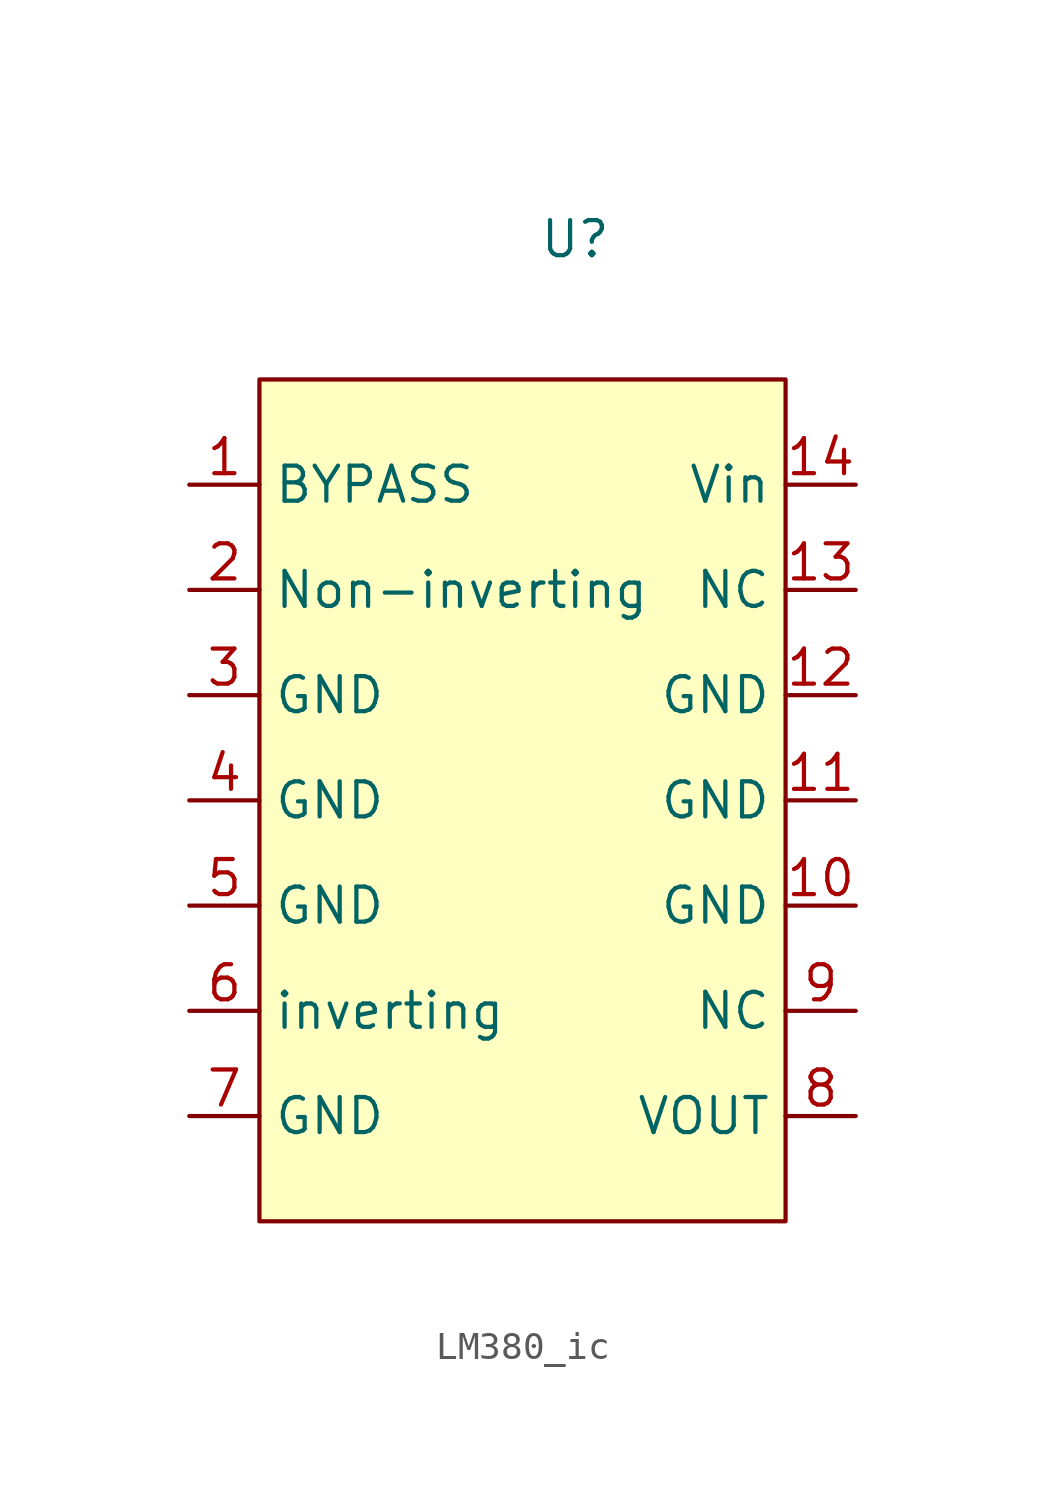
<source format=kicad_sym>
(kicad_symbol_lib
  (version 20220914)
  (generator kicad_symbol_editor)
  (symbol "LM380_ic"
    (property "Reference" "U"
      (at 2.54 19.05 0)
      (effects (font (size 1.27 1.27))))
    (property "Value" ""
      (at 2.54 19.05 0)
      (effects (font (size 1.27 1.27))))
    (symbol "LM380_ic_1_1"
      (rectangle (start -8.89 13.97) (end 10.16 -16.51) (stroke (width 0) (type default)) (fill (type background)))
      (pin input line (at -11.43 10.16 0) (length 2.54) (name "BYPASS" (effects (font (size 1.27 1.27)))) (number "1" (effects (font (size 1.27 1.27)))))
      (pin input line (at 12.7 -5.08 180) (length 2.54) (name "GND" (effects (font (size 1.27 1.27)))) (number "10" (effects (font (size 1.27 1.27)))))
      (pin input line (at 12.7 -1.27 180) (length 2.54) (name "GND" (effects (font (size 1.27 1.27)))) (number "11" (effects (font (size 1.27 1.27)))))
      (pin input line (at 12.7 2.54 180) (length 2.54) (name "GND" (effects (font (size 1.27 1.27)))) (number "12" (effects (font (size 1.27 1.27)))))
      (pin input line (at 12.7 6.35 180) (length 2.54) (name "NC" (effects (font (size 1.27 1.27)))) (number "13" (effects (font (size 1.27 1.27)))))
      (pin input line (at 12.7 10.16 180) (length 2.54) (name "Vin" (effects (font (size 1.27 1.27)))) (number "14" (effects (font (size 1.27 1.27)))))
      (pin input line (at -11.43 6.35 0) (length 2.54) (name "Non-inverting" (effects (font (size 1.27 1.27)))) (number "2" (effects (font (size 1.27 1.27)))))
      (pin input line (at -11.43 2.54 0) (length 2.54) (name "GND" (effects (font (size 1.27 1.27)))) (number "3" (effects (font (size 1.27 1.27)))))
      (pin input line (at -11.43 -1.27 0) (length 2.54) (name "GND" (effects (font (size 1.27 1.27)))) (number "4" (effects (font (size 1.27 1.27)))))
      (pin input line (at -11.43 -5.08 0) (length 2.54) (name "GND" (effects (font (size 1.27 1.27)))) (number "5" (effects (font (size 1.27 1.27)))))
      (pin input line (at -11.43 -8.89 0) (length 2.54) (name "inverting" (effects (font (size 1.27 1.27)))) (number "6" (effects (font (size 1.27 1.27)))))
      (pin input line (at -11.43 -12.7 0) (length 2.54) (name "GND" (effects (font (size 1.27 1.27)))) (number "7" (effects (font (size 1.27 1.27)))))
      (pin input line (at 12.7 -12.7 180) (length 2.54) (name "VOUT" (effects (font (size 1.27 1.27)))) (number "8" (effects (font (size 1.27 1.27)))))
      (pin input line (at 12.7 -8.89 180) (length 2.54) (name "NC" (effects (font (size 1.27 1.27)))) (number "9" (effects (font (size 1.27 1.27))))))))
</source>
